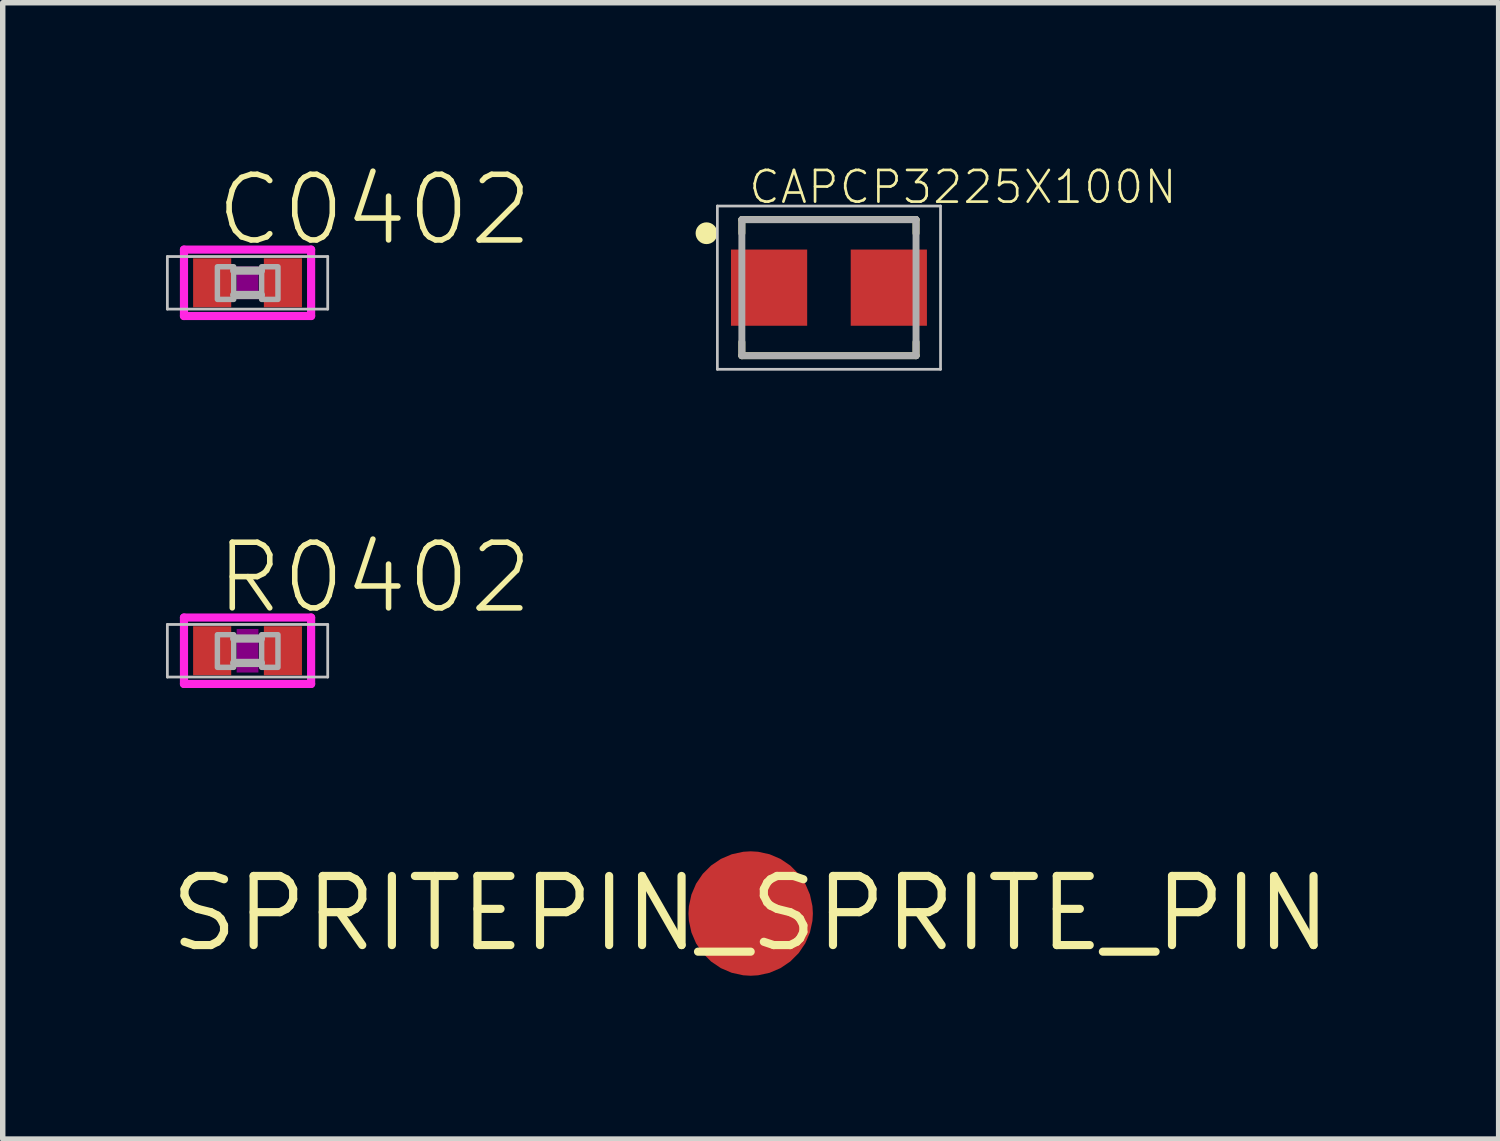
<source format=kicad_pcb>
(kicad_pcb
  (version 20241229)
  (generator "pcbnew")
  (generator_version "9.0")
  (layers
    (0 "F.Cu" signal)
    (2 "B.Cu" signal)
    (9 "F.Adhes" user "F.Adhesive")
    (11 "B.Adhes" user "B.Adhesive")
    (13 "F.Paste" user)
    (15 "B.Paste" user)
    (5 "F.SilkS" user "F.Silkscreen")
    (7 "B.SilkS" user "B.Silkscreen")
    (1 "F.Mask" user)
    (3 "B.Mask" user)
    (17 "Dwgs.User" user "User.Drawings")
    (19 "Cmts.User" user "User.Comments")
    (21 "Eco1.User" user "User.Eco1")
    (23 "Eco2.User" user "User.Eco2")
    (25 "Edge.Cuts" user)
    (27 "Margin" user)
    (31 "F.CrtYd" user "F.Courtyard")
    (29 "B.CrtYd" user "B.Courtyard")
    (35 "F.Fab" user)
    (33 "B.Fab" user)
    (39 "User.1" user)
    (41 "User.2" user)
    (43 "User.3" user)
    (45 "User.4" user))
  (footprint "R0402"
    (layer "F.Cu")
    (at 1.498 8.906)
    (property "Reference" "R0402" (at -0.635 -0.635 0) (layer "F.SilkS") (effects (font (size 1.206 1.206) (thickness 0.102)) (justify left bottom)))
    (attr through_hole)
    (fp_poly (pts (xy -0.2 0.4) (xy 0.2 0.4) (xy 0.2 -0.4) (xy -0.2 -0.4)) (stroke (width 0) (type solid)) (fill yes) (layer "F.Adhes"))
    (fp_line (start -1.473 -0.483) (end 1.473 -0.483) (stroke (width 0.051) (type solid)) (layer "Dwgs.User"))
    (fp_line (start -1.473 0.483) (end -1.473 -0.483) (stroke (width 0.051) (type solid)) (layer "Dwgs.User"))
    (fp_line (start 1.473 -0.483) (end 1.473 0.483) (stroke (width 0.051) (type solid)) (layer "Dwgs.User"))
    (fp_line (start 1.473 0.483) (end -1.473 0.483) (stroke (width 0.051) (type solid)) (layer "Dwgs.User"))
    (fp_line (start -1.168 -0.61) (end -1.168 0.61) (stroke (width 0.15) (type solid)) (layer "F.CrtYd"))
    (fp_line (start -1.168 0.61) (end 1.168 0.61) (stroke (width 0.15) (type solid)) (layer "F.CrtYd"))
    (fp_line (start 1.168 -0.61) (end -1.168 -0.61) (stroke (width 0.15) (type solid)) (layer "F.CrtYd"))
    (fp_line (start 1.168 0.61) (end 1.168 -0.61) (stroke (width 0.15) (type solid)) (layer "F.CrtYd"))
    (fp_line (start -0.245 -0.224) (end 0.245 -0.224) (stroke (width 0.152) (type solid)) (layer "F.Fab"))
    (fp_line (start 0.245 0.224) (end -0.245 0.224) (stroke (width 0.152) (type solid)) (layer "F.Fab"))
    (fp_poly (pts (xy -0.554 0.305) (xy -0.254 0.305) (xy -0.254 -0.295) (xy -0.554 -0.295)) (stroke (width 0.1) (type solid)) (fill no) (layer "F.Fab"))
    (fp_poly (pts (xy 0.259 0.305) (xy 0.559 0.305) (xy 0.559 -0.295) (xy 0.259 -0.295)) (stroke (width 0.1) (type solid)) (fill no) (layer "F.Fab"))
    (pad "1" smd rect (at -0.65 0) (size 0.7 0.9) (layers "F.Cu" "F.Mask" "F.Paste"))
    (pad "2" smd rect (at 0.65 0) (size 0.7 0.9) (layers "F.Cu" "F.Mask" "F.Paste")))
  (footprint "SPRITEPIN_SPRITE_PIN"
    (layer "F.Cu")
    (at 10.742 13.734)
    (property "Reference" "SPRITEPIN_SPRITE_PIN" (at 0 0 0) (layer "F.SilkS") (effects (font (size 1.27 1.27) (thickness 0.15))))
    (attr through_hole)
    (pad "PIN" connect roundrect (at 0 0) (size 2.286 2.286) (layers "F.Cu" "F.Mask") (roundrect_rratio 0.5)))
  (footprint "CAPCP3225X100N"
    (layer "F.Cu")
    (at 12.18 2.235)
    (property "Reference" "CAPCP3225X100N" (at -1.507 -1.507 0) (layer "F.SilkS") (effects (font (size 0.582 0.582) (thickness 0.049)) (justify left bottom)))
    (attr through_hole)
    (fp_line (start -1.6 -1.25) (end -1.6 -1) (stroke (width 0.127) (type solid)) (layer "F.SilkS"))
    (fp_line (start -1.6 1.25) (end -1.6 1) (stroke (width 0.127) (type solid)) (layer "F.SilkS"))
    (fp_line (start 1.6 -1.25) (end -1.6 -1.25) (stroke (width 0.127) (type solid)) (layer "F.SilkS"))
    (fp_line (start 1.6 -1) (end 1.6 -1.25) (stroke (width 0.127) (type solid)) (layer "F.SilkS"))
    (fp_line (start 1.6 1) (end 1.6 1.25) (stroke (width 0.127) (type solid)) (layer "F.SilkS"))
    (fp_line (start 1.6 1.25) (end -1.6 1.25) (stroke (width 0.127) (type solid)) (layer "F.SilkS"))
    (fp_circle (center -2.25 -1) (end -2.15 -1) (stroke (width 0.2) (type solid)) (fill no) (layer "F.SilkS"))
    (fp_line (start -2.05 -1.5) (end 2.05 -1.5) (stroke (width 0.05) (type solid)) (layer "Dwgs.User"))
    (fp_line (start -2.05 1.5) (end -2.05 -1.5) (stroke (width 0.05) (type solid)) (layer "Dwgs.User"))
    (fp_line (start 2.05 -1.5) (end 2.05 1.5) (stroke (width 0.05) (type solid)) (layer "Dwgs.User"))
    (fp_line (start 2.05 1.5) (end -2.05 1.5) (stroke (width 0.05) (type solid)) (layer "Dwgs.User"))
    (fp_line (start -1.6 -1.25) (end 1.6 -1.25) (stroke (width 0.127) (type solid)) (layer "F.Fab"))
    (fp_line (start -1.6 1.25) (end -1.6 -1.25) (stroke (width 0.127) (type solid)) (layer "F.Fab"))
    (fp_line (start 1.6 -1.25) (end 1.6 1.25) (stroke (width 0.127) (type solid)) (layer "F.Fab"))
    (fp_line (start 1.6 1.25) (end -1.6 1.25) (stroke (width 0.127) (type solid)) (layer "F.Fab"))
    (pad "1" smd rect (at -1.1 0 180) (size 1.4 1.4) (layers "F.Cu" "F.Mask" "F.Paste"))
    (pad "2" smd rect (at 1.1 0 180) (size 1.4 1.4) (layers "F.Cu" "F.Mask" "F.Paste")))
  (footprint "C0402"
    (layer "F.Cu")
    (at 1.498 2.146)
    (property "Reference" "C0402" (at -0.635 -0.635 0) (layer "F.SilkS") (effects (font (size 1.206 1.206) (thickness 0.102)) (justify left bottom)))
    (attr through_hole)
    (fp_poly (pts (xy -0.2 0.3) (xy 0.2 0.3) (xy 0.2 -0.3) (xy -0.2 -0.3)) (stroke (width 0) (type solid)) (fill yes) (layer "F.Adhes"))
    (fp_line (start -1.473 -0.483) (end 1.473 -0.483) (stroke (width 0.051) (type solid)) (layer "Dwgs.User"))
    (fp_line (start -1.473 0.483) (end -1.473 -0.483) (stroke (width 0.051) (type solid)) (layer "Dwgs.User"))
    (fp_line (start 1.473 -0.483) (end 1.473 0.483) (stroke (width 0.051) (type solid)) (layer "Dwgs.User"))
    (fp_line (start 1.473 0.483) (end -1.473 0.483) (stroke (width 0.051) (type solid)) (layer "Dwgs.User"))
    (fp_line (start -1.168 -0.61) (end 1.168 -0.61) (stroke (width 0.15) (type solid)) (layer "F.CrtYd"))
    (fp_line (start -1.168 0.61) (end -1.168 -0.61) (stroke (width 0.15) (type solid)) (layer "F.CrtYd"))
    (fp_line (start 1.168 -0.61) (end 1.168 0.61) (stroke (width 0.15) (type solid)) (layer "F.CrtYd"))
    (fp_line (start 1.168 0.61) (end -1.168 0.61) (stroke (width 0.15) (type solid)) (layer "F.CrtYd"))
    (fp_line (start -0.245 -0.224) (end 0.245 -0.224) (stroke (width 0.152) (type solid)) (layer "F.Fab"))
    (fp_line (start 0.245 0.224) (end -0.245 0.224) (stroke (width 0.152) (type solid)) (layer "F.Fab"))
    (fp_poly (pts (xy -0.554 0.305) (xy -0.254 0.305) (xy -0.254 -0.295) (xy -0.554 -0.295)) (stroke (width 0.1) (type solid)) (fill no) (layer "F.Fab"))
    (fp_poly (pts (xy 0.259 0.305) (xy 0.559 0.305) (xy 0.559 -0.295) (xy 0.259 -0.295)) (stroke (width 0.1) (type solid)) (fill no) (layer "F.Fab"))
    (pad "1" smd rect (at -0.65 0) (size 0.7 0.9) (layers "F.Cu" "F.Mask" "F.Paste"))
    (pad "2" smd rect (at 0.65 0) (size 0.7 0.9) (layers "F.Cu" "F.Mask" "F.Paste")))
  (gr_rect
    (start -3 -3)
    (end 24.484 17.877)
    (stroke (width 0.1) (type default))
    (fill no)
    (layer "Edge.Cuts")))
</source>
